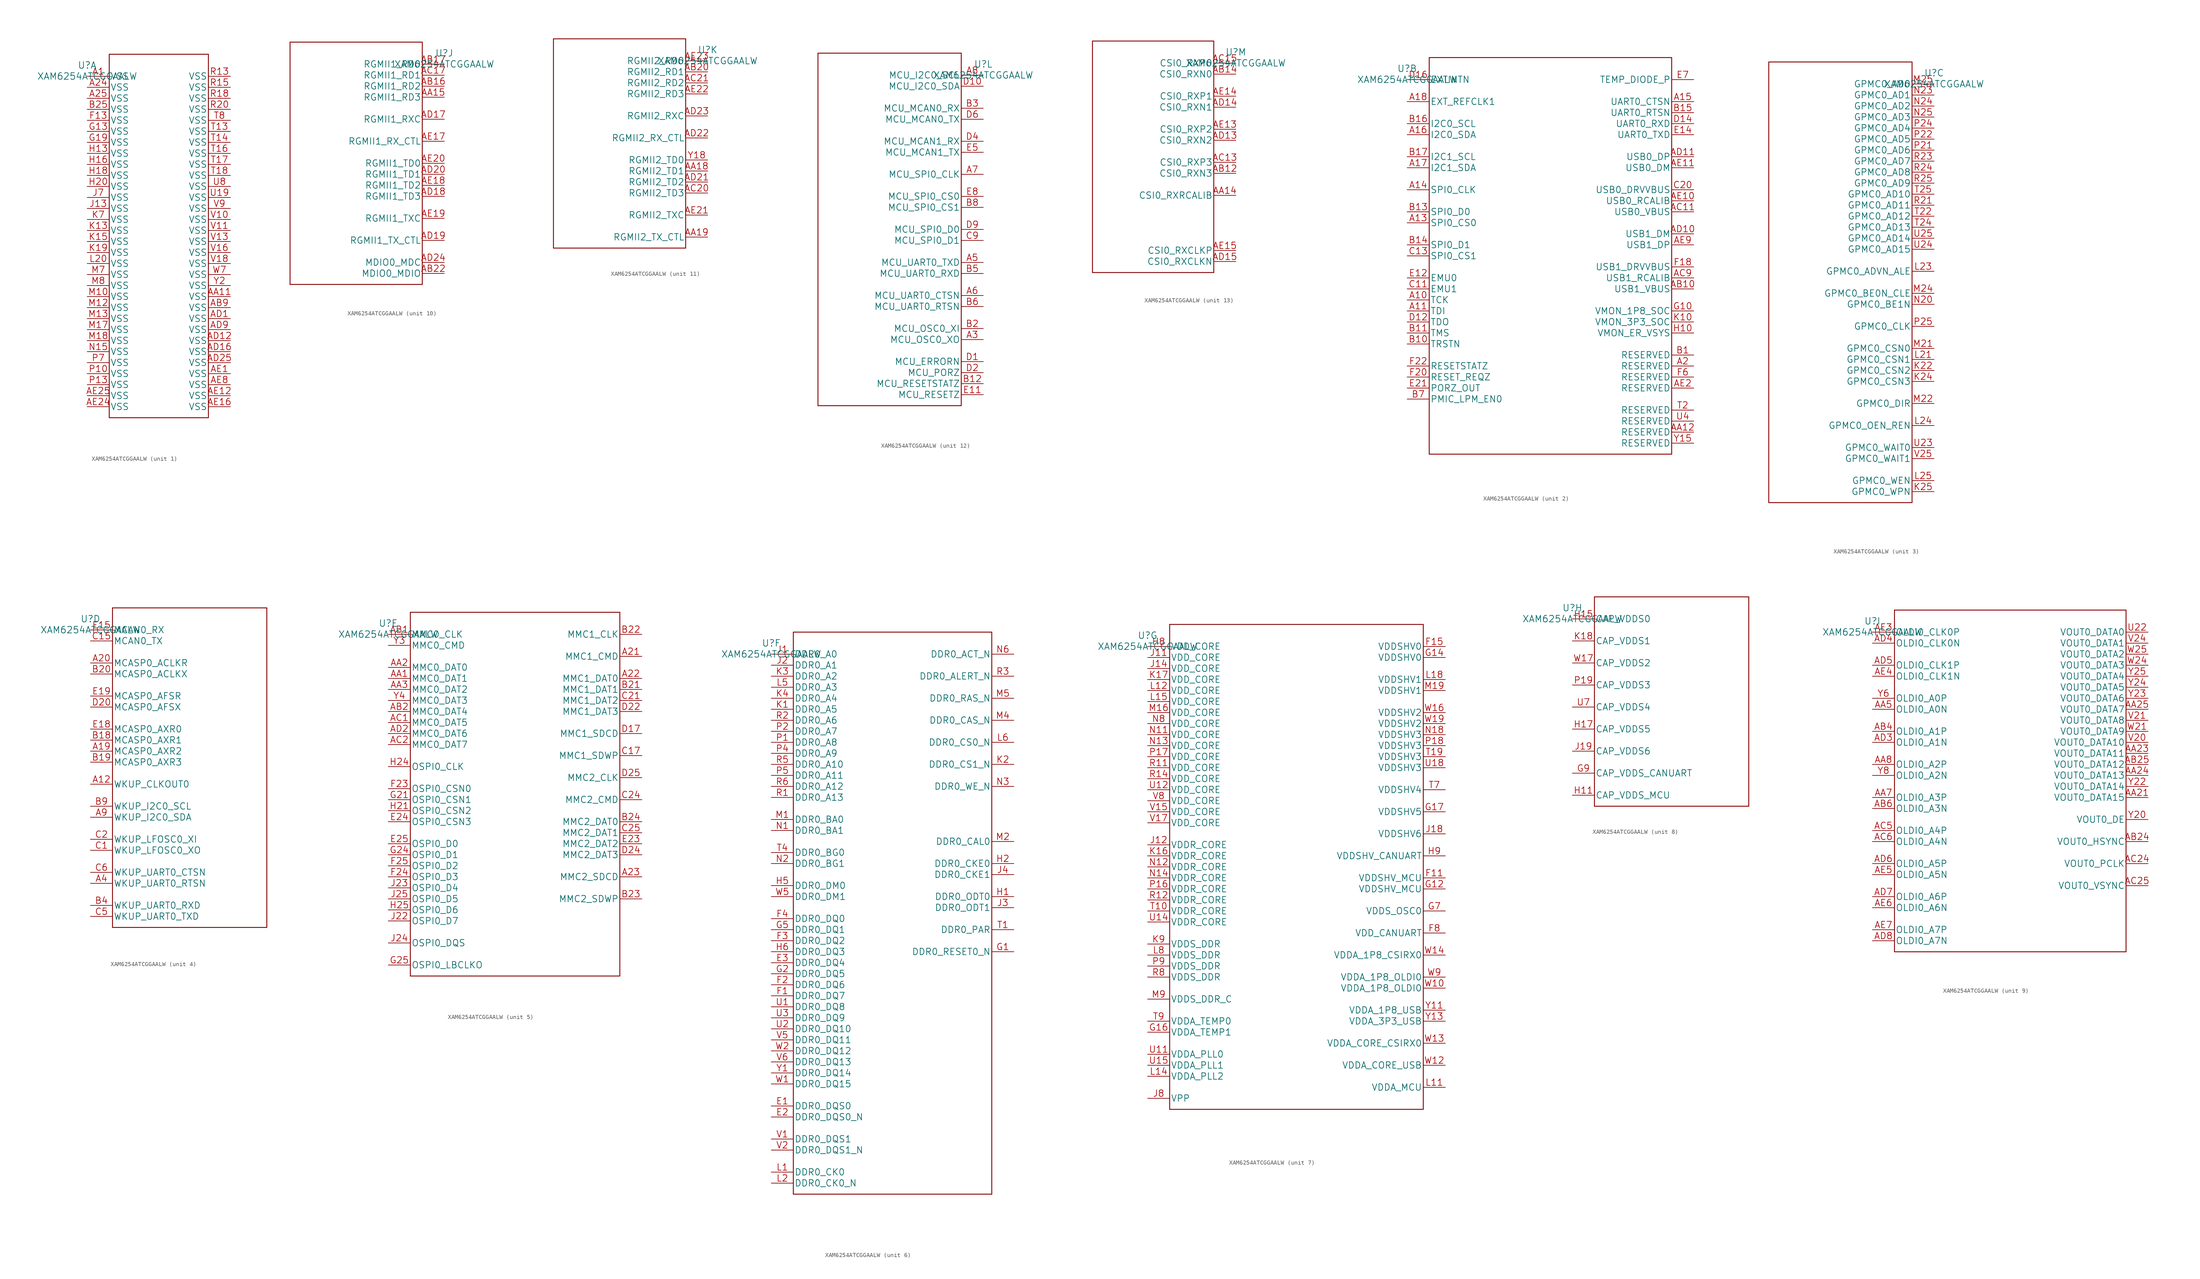
<source format=kicad_sym>
(kicad_symbol_lib
  (version 20220914)
  (generator kicad_symbol_editor)
  (symbol "XAM6254ATCGGAALW"
    (pin_names
      (offset 0.254))
    (property "Reference" "U"
      (at 0 2.54 0)
      (effects (font (size 1.524 1.524))))
    (property "Value" "XAM6254ATCGGAALW"
      (at 0 0 0)
      (effects (font (size 1.524 1.524))))
    (property "Datasheet" ""
      (at 0 0 0)
      (effects (font (size 1.524 1.524))))
    (symbol "XAM6254ATCGGAALW_1_1"
      (polyline (pts (xy 5.08 -78.74) (xy 27.94 -78.74)) (stroke (width 0.203) (type default)) (fill (type none)))
      (polyline (pts (xy 5.08 5.08) (xy 5.08 -78.74)) (stroke (width 0.203) (type default)) (fill (type none)))
      (polyline (pts (xy 27.94 -78.74) (xy 27.94 5.08)) (stroke (width 0.203) (type default)) (fill (type none)))
      (polyline (pts (xy 27.94 5.08) (xy 5.08 5.08)) (stroke (width 0.203) (type default)) (fill (type none)))
      (pin power_in line (at 0 0 0) (length 5.08) (name "VSS" (effects (font (size 1.499 1.499)))) (number "A1" (effects (font (size 1.499 1.499)))))
      (pin power_in line (at 0 -2.54 0) (length 5.08) (name "VSS" (effects (font (size 1.499 1.499)))) (number "A24" (effects (font (size 1.499 1.499)))))
      (pin power_in line (at 0 -5.08 0) (length 5.08) (name "VSS" (effects (font (size 1.499 1.499)))) (number "A25" (effects (font (size 1.499 1.499)))))
      (pin power_in line (at 33.02 -50.8 180) (length 5.08) (name "VSS" (effects (font (size 1.499 1.499)))) (number "AA11" (effects (font (size 1.499 1.499)))))
      (pin power_in line (at 33.02 -53.34 180) (length 5.08) (name "VSS" (effects (font (size 1.499 1.499)))) (number "AB9" (effects (font (size 1.499 1.499)))))
      (pin power_in line (at 33.02 -55.88 180) (length 5.08) (name "VSS" (effects (font (size 1.499 1.499)))) (number "AD1" (effects (font (size 1.499 1.499)))))
      (pin power_in line (at 33.02 -60.96 180) (length 5.08) (name "VSS" (effects (font (size 1.499 1.499)))) (number "AD12" (effects (font (size 1.499 1.499)))))
      (pin power_in line (at 33.02 -63.5 180) (length 5.08) (name "VSS" (effects (font (size 1.499 1.499)))) (number "AD16" (effects (font (size 1.499 1.499)))))
      (pin power_in line (at 33.02 -66.04 180) (length 5.08) (name "VSS" (effects (font (size 1.499 1.499)))) (number "AD25" (effects (font (size 1.499 1.499)))))
      (pin power_in line (at 33.02 -58.42 180) (length 5.08) (name "VSS" (effects (font (size 1.499 1.499)))) (number "AD9" (effects (font (size 1.499 1.499)))))
      (pin power_in line (at 33.02 -68.58 180) (length 5.08) (name "VSS" (effects (font (size 1.499 1.499)))) (number "AE1" (effects (font (size 1.499 1.499)))))
      (pin power_in line (at 33.02 -73.66 180) (length 5.08) (name "VSS" (effects (font (size 1.499 1.499)))) (number "AE12" (effects (font (size 1.499 1.499)))))
      (pin power_in line (at 33.02 -76.2 180) (length 5.08) (name "VSS" (effects (font (size 1.499 1.499)))) (number "AE16" (effects (font (size 1.499 1.499)))))
      (pin power_in line (at 0 -76.2 0) (length 5.08) (name "VSS" (effects (font (size 1.499 1.499)))) (number "AE24" (effects (font (size 1.499 1.499)))))
      (pin power_in line (at 0 -73.66 0) (length 5.08) (name "VSS" (effects (font (size 1.499 1.499)))) (number "AE25" (effects (font (size 1.499 1.499)))))
      (pin power_in line (at 33.02 -71.12 180) (length 5.08) (name "VSS" (effects (font (size 1.499 1.499)))) (number "AE8" (effects (font (size 1.499 1.499)))))
      (pin power_in line (at 0 -7.62 0) (length 5.08) (name "VSS" (effects (font (size 1.499 1.499)))) (number "B25" (effects (font (size 1.499 1.499)))))
      (pin power_in line (at 0 -10.16 0) (length 5.08) (name "VSS" (effects (font (size 1.499 1.499)))) (number "F13" (effects (font (size 1.499 1.499)))))
      (pin power_in line (at 0 -12.7 0) (length 5.08) (name "VSS" (effects (font (size 1.499 1.499)))) (number "G13" (effects (font (size 1.499 1.499)))))
      (pin power_in line (at 0 -15.24 0) (length 5.08) (name "VSS" (effects (font (size 1.499 1.499)))) (number "G19" (effects (font (size 1.499 1.499)))))
      (pin power_in line (at 0 -17.78 0) (length 5.08) (name "VSS" (effects (font (size 1.499 1.499)))) (number "H13" (effects (font (size 1.499 1.499)))))
      (pin power_in line (at 0 -20.32 0) (length 5.08) (name "VSS" (effects (font (size 1.499 1.499)))) (number "H16" (effects (font (size 1.499 1.499)))))
      (pin power_in line (at 0 -22.86 0) (length 5.08) (name "VSS" (effects (font (size 1.499 1.499)))) (number "H18" (effects (font (size 1.499 1.499)))))
      (pin power_in line (at 0 -25.4 0) (length 5.08) (name "VSS" (effects (font (size 1.499 1.499)))) (number "H20" (effects (font (size 1.499 1.499)))))
      (pin power_in line (at 0 -30.48 0) (length 5.08) (name "VSS" (effects (font (size 1.499 1.499)))) (number "J13" (effects (font (size 1.499 1.499)))))
      (pin power_in line (at 0 -27.94 0) (length 5.08) (name "VSS" (effects (font (size 1.499 1.499)))) (number "J7" (effects (font (size 1.499 1.499)))))
      (pin power_in line (at 0 -35.56 0) (length 5.08) (name "VSS" (effects (font (size 1.499 1.499)))) (number "K13" (effects (font (size 1.499 1.499)))))
      (pin power_in line (at 0 -38.1 0) (length 5.08) (name "VSS" (effects (font (size 1.499 1.499)))) (number "K15" (effects (font (size 1.499 1.499)))))
      (pin power_in line (at 0 -40.64 0) (length 5.08) (name "VSS" (effects (font (size 1.499 1.499)))) (number "K19" (effects (font (size 1.499 1.499)))))
      (pin power_in line (at 0 -33.02 0) (length 5.08) (name "VSS" (effects (font (size 1.499 1.499)))) (number "K7" (effects (font (size 1.499 1.499)))))
      (pin power_in line (at 0 -43.18 0) (length 5.08) (name "VSS" (effects (font (size 1.499 1.499)))) (number "L20" (effects (font (size 1.499 1.499)))))
      (pin power_in line (at 0 -50.8 0) (length 5.08) (name "VSS" (effects (font (size 1.499 1.499)))) (number "M10" (effects (font (size 1.499 1.499)))))
      (pin power_in line (at 0 -53.34 0) (length 5.08) (name "VSS" (effects (font (size 1.499 1.499)))) (number "M12" (effects (font (size 1.499 1.499)))))
      (pin power_in line (at 0 -55.88 0) (length 5.08) (name "VSS" (effects (font (size 1.499 1.499)))) (number "M13" (effects (font (size 1.499 1.499)))))
      (pin power_in line (at 0 -58.42 0) (length 5.08) (name "VSS" (effects (font (size 1.499 1.499)))) (number "M17" (effects (font (size 1.499 1.499)))))
      (pin power_in line (at 0 -60.96 0) (length 5.08) (name "VSS" (effects (font (size 1.499 1.499)))) (number "M18" (effects (font (size 1.499 1.499)))))
      (pin power_in line (at 0 -45.72 0) (length 5.08) (name "VSS" (effects (font (size 1.499 1.499)))) (number "M7" (effects (font (size 1.499 1.499)))))
      (pin power_in line (at 0 -48.26 0) (length 5.08) (name "VSS" (effects (font (size 1.499 1.499)))) (number "M8" (effects (font (size 1.499 1.499)))))
      (pin power_in line (at 0 -63.5 0) (length 5.08) (name "VSS" (effects (font (size 1.499 1.499)))) (number "N15" (effects (font (size 1.499 1.499)))))
      (pin power_in line (at 0 -68.58 0) (length 5.08) (name "VSS" (effects (font (size 1.499 1.499)))) (number "P10" (effects (font (size 1.499 1.499)))))
      (pin power_in line (at 0 -71.12 0) (length 5.08) (name "VSS" (effects (font (size 1.499 1.499)))) (number "P13" (effects (font (size 1.499 1.499)))))
      (pin power_in line (at 0 -66.04 0) (length 5.08) (name "VSS" (effects (font (size 1.499 1.499)))) (number "P7" (effects (font (size 1.499 1.499)))))
      (pin power_in line (at 33.02 0 180) (length 5.08) (name "VSS" (effects (font (size 1.499 1.499)))) (number "R13" (effects (font (size 1.499 1.499)))))
      (pin power_in line (at 33.02 -2.54 180) (length 5.08) (name "VSS" (effects (font (size 1.499 1.499)))) (number "R15" (effects (font (size 1.499 1.499)))))
      (pin power_in line (at 33.02 -5.08 180) (length 5.08) (name "VSS" (effects (font (size 1.499 1.499)))) (number "R18" (effects (font (size 1.499 1.499)))))
      (pin power_in line (at 33.02 -7.62 180) (length 5.08) (name "VSS" (effects (font (size 1.499 1.499)))) (number "R20" (effects (font (size 1.499 1.499)))))
      (pin power_in line (at 33.02 -12.7 180) (length 5.08) (name "VSS" (effects (font (size 1.499 1.499)))) (number "T13" (effects (font (size 1.499 1.499)))))
      (pin power_in line (at 33.02 -15.24 180) (length 5.08) (name "VSS" (effects (font (size 1.499 1.499)))) (number "T14" (effects (font (size 1.499 1.499)))))
      (pin power_in line (at 33.02 -17.78 180) (length 5.08) (name "VSS" (effects (font (size 1.499 1.499)))) (number "T16" (effects (font (size 1.499 1.499)))))
      (pin power_in line (at 33.02 -20.32 180) (length 5.08) (name "VSS" (effects (font (size 1.499 1.499)))) (number "T17" (effects (font (size 1.499 1.499)))))
      (pin power_in line (at 33.02 -22.86 180) (length 5.08) (name "VSS" (effects (font (size 1.499 1.499)))) (number "T18" (effects (font (size 1.499 1.499)))))
      (pin power_in line (at 33.02 -10.16 180) (length 5.08) (name "VSS" (effects (font (size 1.499 1.499)))) (number "T8" (effects (font (size 1.499 1.499)))))
      (pin power_in line (at 33.02 -27.94 180) (length 5.08) (name "VSS" (effects (font (size 1.499 1.499)))) (number "U19" (effects (font (size 1.499 1.499)))))
      (pin power_in line (at 33.02 -25.4 180) (length 5.08) (name "VSS" (effects (font (size 1.499 1.499)))) (number "U8" (effects (font (size 1.499 1.499)))))
      (pin power_in line (at 33.02 -33.02 180) (length 5.08) (name "VSS" (effects (font (size 1.499 1.499)))) (number "V10" (effects (font (size 1.499 1.499)))))
      (pin power_in line (at 33.02 -35.56 180) (length 5.08) (name "VSS" (effects (font (size 1.499 1.499)))) (number "V11" (effects (font (size 1.499 1.499)))))
      (pin power_in line (at 33.02 -38.1 180) (length 5.08) (name "VSS" (effects (font (size 1.499 1.499)))) (number "V13" (effects (font (size 1.499 1.499)))))
      (pin power_in line (at 33.02 -40.64 180) (length 5.08) (name "VSS" (effects (font (size 1.499 1.499)))) (number "V16" (effects (font (size 1.499 1.499)))))
      (pin power_in line (at 33.02 -43.18 180) (length 5.08) (name "VSS" (effects (font (size 1.499 1.499)))) (number "V18" (effects (font (size 1.499 1.499)))))
      (pin power_in line (at 33.02 -30.48 180) (length 5.08) (name "VSS" (effects (font (size 1.499 1.499)))) (number "V9" (effects (font (size 1.499 1.499)))))
      (pin power_in line (at 33.02 -45.72 180) (length 5.08) (name "VSS" (effects (font (size 1.499 1.499)))) (number "W7" (effects (font (size 1.499 1.499)))))
      (pin power_in line (at 33.02 -48.26 180) (length 5.08) (name "VSS" (effects (font (size 1.499 1.499)))) (number "Y2" (effects (font (size 1.499 1.499))))))
    (symbol "XAM6254ATCGGAALW_2_1"
      (polyline (pts (xy 5.08 -86.36) (xy 60.96 -86.36)) (stroke (width 0.203) (type default)) (fill (type none)))
      (polyline (pts (xy 5.08 5.08) (xy 5.08 -86.36)) (stroke (width 0.203) (type default)) (fill (type none)))
      (polyline (pts (xy 60.96 -86.36) (xy 60.96 5.08)) (stroke (width 0.203) (type default)) (fill (type none)))
      (polyline (pts (xy 60.96 5.08) (xy 5.08 5.08)) (stroke (width 0.203) (type default)) (fill (type none)))
      (pin input line (at 0 -50.8 0) (length 5.08) (name "TCK" (effects (font (size 1.499 1.499)))) (number "A10" (effects (font (size 1.499 1.499)))))
      (pin input line (at 0 -53.34 0) (length 5.08) (name "TDI" (effects (font (size 1.499 1.499)))) (number "A11" (effects (font (size 1.499 1.499)))))
      (pin bidirectional line (at 0 -33.02 0) (length 5.08) (name "SPI0_CS0" (effects (font (size 1.499 1.499)))) (number "A13" (effects (font (size 1.499 1.499)))))
      (pin bidirectional line (at 0 -25.4 0) (length 5.08) (name "SPI0_CLK" (effects (font (size 1.499 1.499)))) (number "A14" (effects (font (size 1.499 1.499)))))
      (pin input line (at 66.04 -5.08 180) (length 5.08) (name "UART0_CTSN" (effects (font (size 1.499 1.499)))) (number "A15" (effects (font (size 1.499 1.499)))))
      (pin bidirectional line (at 0 -12.7 0) (length 5.08) (name "I2C0_SDA" (effects (font (size 1.499 1.499)))) (number "A16" (effects (font (size 1.499 1.499)))))
      (pin bidirectional line (at 0 -20.32 0) (length 5.08) (name "I2C1_SDA" (effects (font (size 1.499 1.499)))) (number "A17" (effects (font (size 1.499 1.499)))))
      (pin input line (at 0 -5.08 0) (length 5.08) (name "EXT_REFCLK1" (effects (font (size 1.499 1.499)))) (number "A18" (effects (font (size 1.499 1.499)))))
      (pin unspecified line (at 66.04 -66.04 180) (length 5.08) (name "RESERVED" (effects (font (size 1.499 1.499)))) (number "A2" (effects (font (size 1.499 1.499)))))
      (pin unspecified line (at 66.04 -81.28 180) (length 5.08) (name "RESERVED" (effects (font (size 1.499 1.499)))) (number "AA12" (effects (font (size 1.499 1.499)))))
      (pin unspecified line (at 66.04 -48.26 180) (length 5.08) (name "USB1_VBUS" (effects (font (size 1.499 1.499)))) (number "AB10" (effects (font (size 1.499 1.499)))))
      (pin unspecified line (at 66.04 -30.48 180) (length 5.08) (name "USB0_VBUS" (effects (font (size 1.499 1.499)))) (number "AC11" (effects (font (size 1.499 1.499)))))
      (pin bidirectional line (at 66.04 -45.72 180) (length 5.08) (name "USB1_RCALIB" (effects (font (size 1.499 1.499)))) (number "AC9" (effects (font (size 1.499 1.499)))))
      (pin bidirectional line (at 66.04 -35.56 180) (length 5.08) (name "USB1_DM" (effects (font (size 1.499 1.499)))) (number "AD10" (effects (font (size 1.499 1.499)))))
      (pin bidirectional line (at 66.04 -17.78 180) (length 5.08) (name "USB0_DP" (effects (font (size 1.499 1.499)))) (number "AD11" (effects (font (size 1.499 1.499)))))
      (pin bidirectional line (at 66.04 -27.94 180) (length 5.08) (name "USB0_RCALIB" (effects (font (size 1.499 1.499)))) (number "AE10" (effects (font (size 1.499 1.499)))))
      (pin bidirectional line (at 66.04 -20.32 180) (length 5.08) (name "USB0_DM" (effects (font (size 1.499 1.499)))) (number "AE11" (effects (font (size 1.499 1.499)))))
      (pin unspecified line (at 66.04 -71.12 180) (length 5.08) (name "RESERVED" (effects (font (size 1.499 1.499)))) (number "AE2" (effects (font (size 1.499 1.499)))))
      (pin bidirectional line (at 66.04 -38.1 180) (length 5.08) (name "USB1_DP" (effects (font (size 1.499 1.499)))) (number "AE9" (effects (font (size 1.499 1.499)))))
      (pin unspecified line (at 66.04 -63.5 180) (length 5.08) (name "RESERVED" (effects (font (size 1.499 1.499)))) (number "B1" (effects (font (size 1.499 1.499)))))
      (pin input line (at 0 -60.96 0) (length 5.08) (name "TRSTN" (effects (font (size 1.499 1.499)))) (number "B10" (effects (font (size 1.499 1.499)))))
      (pin input line (at 0 -58.42 0) (length 5.08) (name "TMS" (effects (font (size 1.499 1.499)))) (number "B11" (effects (font (size 1.499 1.499)))))
      (pin bidirectional line (at 0 -30.48 0) (length 5.08) (name "SPI0_D0" (effects (font (size 1.499 1.499)))) (number "B13" (effects (font (size 1.499 1.499)))))
      (pin bidirectional line (at 0 -38.1 0) (length 5.08) (name "SPI0_D1" (effects (font (size 1.499 1.499)))) (number "B14" (effects (font (size 1.499 1.499)))))
      (pin output line (at 66.04 -7.62 180) (length 5.08) (name "UART0_RTSN" (effects (font (size 1.499 1.499)))) (number "B15" (effects (font (size 1.499 1.499)))))
      (pin bidirectional line (at 0 -10.16 0) (length 5.08) (name "I2C0_SCL" (effects (font (size 1.499 1.499)))) (number "B16" (effects (font (size 1.499 1.499)))))
      (pin bidirectional line (at 0 -17.78 0) (length 5.08) (name "I2C1_SCL" (effects (font (size 1.499 1.499)))) (number "B17" (effects (font (size 1.499 1.499)))))
      (pin bidirectional line (at 0 -73.66 0) (length 5.08) (name "PMIC_LPM_EN0" (effects (font (size 1.499 1.499)))) (number "B7" (effects (font (size 1.499 1.499)))))
      (pin bidirectional line (at 0 -48.26 0) (length 5.08) (name "EMU1" (effects (font (size 1.499 1.499)))) (number "C11" (effects (font (size 1.499 1.499)))))
      (pin bidirectional line (at 0 -40.64 0) (length 5.08) (name "SPI0_CS1" (effects (font (size 1.499 1.499)))) (number "C13" (effects (font (size 1.499 1.499)))))
      (pin output line (at 66.04 -25.4 180) (length 5.08) (name "USB0_DRVVBUS" (effects (font (size 1.499 1.499)))) (number "C20" (effects (font (size 1.499 1.499)))))
      (pin output line (at 0 -55.88 0) (length 5.08) (name "TDO" (effects (font (size 1.499 1.499)))) (number "D12" (effects (font (size 1.499 1.499)))))
      (pin input line (at 66.04 -10.16 180) (length 5.08) (name "UART0_RXD" (effects (font (size 1.499 1.499)))) (number "D14" (effects (font (size 1.499 1.499)))))
      (pin input line (at 0 0 0) (length 5.08) (name "EXTINTN" (effects (font (size 1.499 1.499)))) (number "D16" (effects (font (size 1.499 1.499)))))
      (pin bidirectional line (at 0 -45.72 0) (length 5.08) (name "EMU0" (effects (font (size 1.499 1.499)))) (number "E12" (effects (font (size 1.499 1.499)))))
      (pin output line (at 66.04 -12.7 180) (length 5.08) (name "UART0_TXD" (effects (font (size 1.499 1.499)))) (number "E14" (effects (font (size 1.499 1.499)))))
      (pin output line (at 0 -71.12 0) (length 5.08) (name "PORZ_OUT" (effects (font (size 1.499 1.499)))) (number "E21" (effects (font (size 1.499 1.499)))))
      (pin unspecified line (at 66.04 0 180) (length 5.08) (name "TEMP_DIODE_P" (effects (font (size 1.499 1.499)))) (number "E7" (effects (font (size 1.499 1.499)))))
      (pin output line (at 66.04 -43.18 180) (length 5.08) (name "USB1_DRVVBUS" (effects (font (size 1.499 1.499)))) (number "F18" (effects (font (size 1.499 1.499)))))
      (pin input line (at 0 -68.58 0) (length 5.08) (name "RESET_REQZ" (effects (font (size 1.499 1.499)))) (number "F20" (effects (font (size 1.499 1.499)))))
      (pin output line (at 0 -66.04 0) (length 5.08) (name "RESETSTATZ" (effects (font (size 1.499 1.499)))) (number "F22" (effects (font (size 1.499 1.499)))))
      (pin unspecified line (at 66.04 -68.58 180) (length 5.08) (name "RESERVED" (effects (font (size 1.499 1.499)))) (number "F6" (effects (font (size 1.499 1.499)))))
      (pin unspecified line (at 66.04 -53.34 180) (length 5.08) (name "VMON_1P8_SOC" (effects (font (size 1.499 1.499)))) (number "G10" (effects (font (size 1.499 1.499)))))
      (pin unspecified line (at 66.04 -58.42 180) (length 5.08) (name "VMON_ER_VSYS" (effects (font (size 1.499 1.499)))) (number "H10" (effects (font (size 1.499 1.499)))))
      (pin power_in line (at 66.04 -55.88 180) (length 5.08) (name "VMON_3P3_SOC" (effects (font (size 1.499 1.499)))) (number "K10" (effects (font (size 1.499 1.499)))))
      (pin unspecified line (at 66.04 -76.2 180) (length 5.08) (name "RESERVED" (effects (font (size 1.499 1.499)))) (number "T2" (effects (font (size 1.499 1.499)))))
      (pin unspecified line (at 66.04 -78.74 180) (length 5.08) (name "RESERVED" (effects (font (size 1.499 1.499)))) (number "U4" (effects (font (size 1.499 1.499)))))
      (pin unspecified line (at 66.04 -83.82 180) (length 5.08) (name "RESERVED" (effects (font (size 1.499 1.499)))) (number "Y15" (effects (font (size 1.499 1.499))))))
    (symbol "XAM6254ATCGGAALW_3_1"
      (polyline (pts (xy -38.1 -96.52) (xy -5.08 -96.52)) (stroke (width 0.203) (type default)) (fill (type none)))
      (polyline (pts (xy -38.1 5.08) (xy -38.1 -96.52)) (stroke (width 0.203) (type default)) (fill (type none)))
      (polyline (pts (xy -5.08 -96.52) (xy -5.08 5.08)) (stroke (width 0.203) (type default)) (fill (type none)))
      (polyline (pts (xy -5.08 5.08) (xy -38.1 5.08)) (stroke (width 0.203) (type default)) (fill (type none)))
      (pin output line (at 0 -66.04 180) (length 5.08) (name "GPMC0_CSN2" (effects (font (size 1.499 1.499)))) (number "K22" (effects (font (size 1.499 1.499)))))
      (pin output line (at 0 -68.58 180) (length 5.08) (name "GPMC0_CSN3" (effects (font (size 1.499 1.499)))) (number "K24" (effects (font (size 1.499 1.499)))))
      (pin output line (at 0 -93.98 180) (length 5.08) (name "GPMC0_WPN" (effects (font (size 1.499 1.499)))) (number "K25" (effects (font (size 1.499 1.499)))))
      (pin output line (at 0 -63.5 180) (length 5.08) (name "GPMC0_CSN1" (effects (font (size 1.499 1.499)))) (number "L21" (effects (font (size 1.499 1.499)))))
      (pin output line (at 0 -43.18 180) (length 5.08) (name "GPMC0_ADVN_ALE" (effects (font (size 1.499 1.499)))) (number "L23" (effects (font (size 1.499 1.499)))))
      (pin output line (at 0 -78.74 180) (length 5.08) (name "GPMC0_OEN_REN" (effects (font (size 1.499 1.499)))) (number "L24" (effects (font (size 1.499 1.499)))))
      (pin output line (at 0 -91.44 180) (length 5.08) (name "GPMC0_WEN" (effects (font (size 1.499 1.499)))) (number "L25" (effects (font (size 1.499 1.499)))))
      (pin output line (at 0 -60.96 180) (length 5.08) (name "GPMC0_CSN0" (effects (font (size 1.499 1.499)))) (number "M21" (effects (font (size 1.499 1.499)))))
      (pin output line (at 0 -73.66 180) (length 5.08) (name "GPMC0_DIR" (effects (font (size 1.499 1.499)))) (number "M22" (effects (font (size 1.499 1.499)))))
      (pin output line (at 0 -48.26 180) (length 5.08) (name "GPMC0_BE0N_CLE" (effects (font (size 1.499 1.499)))) (number "M24" (effects (font (size 1.499 1.499)))))
      (pin bidirectional line (at 0 0 180) (length 5.08) (name "GPMC0_AD0" (effects (font (size 1.499 1.499)))) (number "M25" (effects (font (size 1.499 1.499)))))
      (pin output line (at 0 -50.8 180) (length 5.08) (name "GPMC0_BE1N" (effects (font (size 1.499 1.499)))) (number "N20" (effects (font (size 1.499 1.499)))))
      (pin bidirectional line (at 0 -2.54 180) (length 5.08) (name "GPMC0_AD1" (effects (font (size 1.499 1.499)))) (number "N23" (effects (font (size 1.499 1.499)))))
      (pin bidirectional line (at 0 -5.08 180) (length 5.08) (name "GPMC0_AD2" (effects (font (size 1.499 1.499)))) (number "N24" (effects (font (size 1.499 1.499)))))
      (pin bidirectional line (at 0 -7.62 180) (length 5.08) (name "GPMC0_AD3" (effects (font (size 1.499 1.499)))) (number "N25" (effects (font (size 1.499 1.499)))))
      (pin bidirectional line (at 0 -15.24 180) (length 5.08) (name "GPMC0_AD6" (effects (font (size 1.499 1.499)))) (number "P21" (effects (font (size 1.499 1.499)))))
      (pin bidirectional line (at 0 -12.7 180) (length 5.08) (name "GPMC0_AD5" (effects (font (size 1.499 1.499)))) (number "P22" (effects (font (size 1.499 1.499)))))
      (pin bidirectional line (at 0 -10.16 180) (length 5.08) (name "GPMC0_AD4" (effects (font (size 1.499 1.499)))) (number "P24" (effects (font (size 1.499 1.499)))))
      (pin output line (at 0 -55.88 180) (length 5.08) (name "GPMC0_CLK" (effects (font (size 1.499 1.499)))) (number "P25" (effects (font (size 1.499 1.499)))))
      (pin bidirectional line (at 0 -27.94 180) (length 5.08) (name "GPMC0_AD11" (effects (font (size 1.499 1.499)))) (number "R21" (effects (font (size 1.499 1.499)))))
      (pin bidirectional line (at 0 -17.78 180) (length 5.08) (name "GPMC0_AD7" (effects (font (size 1.499 1.499)))) (number "R23" (effects (font (size 1.499 1.499)))))
      (pin bidirectional line (at 0 -20.32 180) (length 5.08) (name "GPMC0_AD8" (effects (font (size 1.499 1.499)))) (number "R24" (effects (font (size 1.499 1.499)))))
      (pin bidirectional line (at 0 -22.86 180) (length 5.08) (name "GPMC0_AD9" (effects (font (size 1.499 1.499)))) (number "R25" (effects (font (size 1.499 1.499)))))
      (pin bidirectional line (at 0 -30.48 180) (length 5.08) (name "GPMC0_AD12" (effects (font (size 1.499 1.499)))) (number "T22" (effects (font (size 1.499 1.499)))))
      (pin bidirectional line (at 0 -33.02 180) (length 5.08) (name "GPMC0_AD13" (effects (font (size 1.499 1.499)))) (number "T24" (effects (font (size 1.499 1.499)))))
      (pin bidirectional line (at 0 -25.4 180) (length 5.08) (name "GPMC0_AD10" (effects (font (size 1.499 1.499)))) (number "T25" (effects (font (size 1.499 1.499)))))
      (pin input line (at 0 -83.82 180) (length 5.08) (name "GPMC0_WAIT0" (effects (font (size 1.499 1.499)))) (number "U23" (effects (font (size 1.499 1.499)))))
      (pin bidirectional line (at 0 -38.1 180) (length 5.08) (name "GPMC0_AD15" (effects (font (size 1.499 1.499)))) (number "U24" (effects (font (size 1.499 1.499)))))
      (pin bidirectional line (at 0 -35.56 180) (length 5.08) (name "GPMC0_AD14" (effects (font (size 1.499 1.499)))) (number "U25" (effects (font (size 1.499 1.499)))))
      (pin input line (at 0 -86.36 180) (length 5.08) (name "GPMC0_WAIT1" (effects (font (size 1.499 1.499)))) (number "V25" (effects (font (size 1.499 1.499))))))
    (symbol "XAM6254ATCGGAALW_4_1"
      (polyline (pts (xy 5.08 -68.58) (xy 40.64 -68.58)) (stroke (width 0.203) (type default)) (fill (type none)))
      (polyline (pts (xy 5.08 5.08) (xy 5.08 -68.58)) (stroke (width 0.203) (type default)) (fill (type none)))
      (polyline (pts (xy 40.64 -68.58) (xy 40.64 5.08)) (stroke (width 0.203) (type default)) (fill (type none)))
      (polyline (pts (xy 40.64 5.08) (xy 5.08 5.08)) (stroke (width 0.203) (type default)) (fill (type none)))
      (pin output line (at 0 -35.56 0) (length 5.08) (name "WKUP_CLKOUT0" (effects (font (size 1.499 1.499)))) (number "A12" (effects (font (size 1.499 1.499)))))
      (pin bidirectional line (at 0 -27.94 0) (length 5.08) (name "MCASP0_AXR2" (effects (font (size 1.499 1.499)))) (number "A19" (effects (font (size 1.499 1.499)))))
      (pin bidirectional line (at 0 -7.62 0) (length 5.08) (name "MCASP0_ACLKR" (effects (font (size 1.499 1.499)))) (number "A20" (effects (font (size 1.499 1.499)))))
      (pin output line (at 0 -58.42 0) (length 5.08) (name "WKUP_UART0_RTSN" (effects (font (size 1.499 1.499)))) (number "A4" (effects (font (size 1.499 1.499)))))
      (pin bidirectional line (at 0 -43.18 0) (length 5.08) (name "WKUP_I2C0_SDA" (effects (font (size 1.499 1.499)))) (number "A9" (effects (font (size 1.499 1.499)))))
      (pin bidirectional line (at 0 -25.4 0) (length 5.08) (name "MCASP0_AXR1" (effects (font (size 1.499 1.499)))) (number "B18" (effects (font (size 1.499 1.499)))))
      (pin bidirectional line (at 0 -30.48 0) (length 5.08) (name "MCASP0_AXR3" (effects (font (size 1.499 1.499)))) (number "B19" (effects (font (size 1.499 1.499)))))
      (pin bidirectional line (at 0 -10.16 0) (length 5.08) (name "MCASP0_ACLKX" (effects (font (size 1.499 1.499)))) (number "B20" (effects (font (size 1.499 1.499)))))
      (pin input line (at 0 -63.5 0) (length 5.08) (name "WKUP_UART0_RXD" (effects (font (size 1.499 1.499)))) (number "B4" (effects (font (size 1.499 1.499)))))
      (pin bidirectional line (at 0 -40.64 0) (length 5.08) (name "WKUP_I2C0_SCL" (effects (font (size 1.499 1.499)))) (number "B9" (effects (font (size 1.499 1.499)))))
      (pin output line (at 0 -50.8 0) (length 5.08) (name "WKUP_LFOSC0_XO" (effects (font (size 1.499 1.499)))) (number "C1" (effects (font (size 1.499 1.499)))))
      (pin output line (at 0 -2.54 0) (length 5.08) (name "MCAN0_TX" (effects (font (size 1.499 1.499)))) (number "C15" (effects (font (size 1.499 1.499)))))
      (pin input line (at 0 -48.26 0) (length 5.08) (name "WKUP_LFOSC0_XI" (effects (font (size 1.499 1.499)))) (number "C2" (effects (font (size 1.499 1.499)))))
      (pin output line (at 0 -66.04 0) (length 5.08) (name "WKUP_UART0_TXD" (effects (font (size 1.499 1.499)))) (number "C5" (effects (font (size 1.499 1.499)))))
      (pin input line (at 0 -55.88 0) (length 5.08) (name "WKUP_UART0_CTSN" (effects (font (size 1.499 1.499)))) (number "C6" (effects (font (size 1.499 1.499)))))
      (pin bidirectional line (at 0 -17.78 0) (length 5.08) (name "MCASP0_AFSX" (effects (font (size 1.499 1.499)))) (number "D20" (effects (font (size 1.499 1.499)))))
      (pin input line (at 0 0 0) (length 5.08) (name "MCAN0_RX" (effects (font (size 1.499 1.499)))) (number "E15" (effects (font (size 1.499 1.499)))))
      (pin bidirectional line (at 0 -22.86 0) (length 5.08) (name "MCASP0_AXR0" (effects (font (size 1.499 1.499)))) (number "E18" (effects (font (size 1.499 1.499)))))
      (pin bidirectional line (at 0 -15.24 0) (length 5.08) (name "MCASP0_AFSR" (effects (font (size 1.499 1.499)))) (number "E19" (effects (font (size 1.499 1.499))))))
    (symbol "XAM6254ATCGGAALW_5_1"
      (polyline (pts (xy 5.08 -78.74) (xy 53.34 -78.74)) (stroke (width 0.203) (type default)) (fill (type none)))
      (polyline (pts (xy 5.08 5.08) (xy 5.08 -78.74)) (stroke (width 0.203) (type default)) (fill (type none)))
      (polyline (pts (xy 53.34 -78.74) (xy 53.34 5.08)) (stroke (width 0.203) (type default)) (fill (type none)))
      (polyline (pts (xy 53.34 5.08) (xy 5.08 5.08)) (stroke (width 0.203) (type default)) (fill (type none)))
      (pin bidirectional line (at 58.42 -5.08 180) (length 5.08) (name "MMC1_CMD" (effects (font (size 1.499 1.499)))) (number "A21" (effects (font (size 1.499 1.499)))))
      (pin bidirectional line (at 58.42 -10.16 180) (length 5.08) (name "MMC1_DAT0" (effects (font (size 1.499 1.499)))) (number "A22" (effects (font (size 1.499 1.499)))))
      (pin input line (at 58.42 -55.88 180) (length 5.08) (name "MMC2_SDCD" (effects (font (size 1.499 1.499)))) (number "A23" (effects (font (size 1.499 1.499)))))
      (pin bidirectional line (at 0 -10.16 0) (length 5.08) (name "MMC0_DAT1" (effects (font (size 1.499 1.499)))) (number "AA1" (effects (font (size 1.499 1.499)))))
      (pin bidirectional line (at 0 -7.62 0) (length 5.08) (name "MMC0_DAT0" (effects (font (size 1.499 1.499)))) (number "AA2" (effects (font (size 1.499 1.499)))))
      (pin bidirectional line (at 0 -12.7 0) (length 5.08) (name "MMC0_DAT2" (effects (font (size 1.499 1.499)))) (number "AA3" (effects (font (size 1.499 1.499)))))
      (pin bidirectional line (at 0 0 0) (length 5.08) (name "MMC0_CLK" (effects (font (size 1.499 1.499)))) (number "AB1" (effects (font (size 1.499 1.499)))))
      (pin bidirectional line (at 0 -17.78 0) (length 5.08) (name "MMC0_DAT4" (effects (font (size 1.499 1.499)))) (number "AB2" (effects (font (size 1.499 1.499)))))
      (pin bidirectional line (at 0 -20.32 0) (length 5.08) (name "MMC0_DAT5" (effects (font (size 1.499 1.499)))) (number "AC1" (effects (font (size 1.499 1.499)))))
      (pin bidirectional line (at 0 -25.4 0) (length 5.08) (name "MMC0_DAT7" (effects (font (size 1.499 1.499)))) (number "AC2" (effects (font (size 1.499 1.499)))))
      (pin bidirectional line (at 0 -22.86 0) (length 5.08) (name "MMC0_DAT6" (effects (font (size 1.499 1.499)))) (number "AD2" (effects (font (size 1.499 1.499)))))
      (pin input line (at 58.42 -12.7 180) (length 5.08) (name "MMC1_DAT1" (effects (font (size 1.499 1.499)))) (number "B21" (effects (font (size 1.499 1.499)))))
      (pin bidirectional line (at 58.42 0 180) (length 5.08) (name "MMC1_CLK" (effects (font (size 1.499 1.499)))) (number "B22" (effects (font (size 1.499 1.499)))))
      (pin input line (at 58.42 -60.96 180) (length 5.08) (name "MMC2_SDWP" (effects (font (size 1.499 1.499)))) (number "B23" (effects (font (size 1.499 1.499)))))
      (pin bidirectional line (at 58.42 -43.18 180) (length 5.08) (name "MMC2_DAT0" (effects (font (size 1.499 1.499)))) (number "B24" (effects (font (size 1.499 1.499)))))
      (pin input line (at 58.42 -27.94 180) (length 5.08) (name "MMC1_SDWP" (effects (font (size 1.499 1.499)))) (number "C17" (effects (font (size 1.499 1.499)))))
      (pin bidirectional line (at 58.42 -15.24 180) (length 5.08) (name "MMC1_DAT2" (effects (font (size 1.499 1.499)))) (number "C21" (effects (font (size 1.499 1.499)))))
      (pin bidirectional line (at 58.42 -38.1 180) (length 5.08) (name "MMC2_CMD" (effects (font (size 1.499 1.499)))) (number "C24" (effects (font (size 1.499 1.499)))))
      (pin bidirectional line (at 58.42 -45.72 180) (length 5.08) (name "MMC2_DAT1" (effects (font (size 1.499 1.499)))) (number "C25" (effects (font (size 1.499 1.499)))))
      (pin input line (at 58.42 -22.86 180) (length 5.08) (name "MMC1_SDCD" (effects (font (size 1.499 1.499)))) (number "D17" (effects (font (size 1.499 1.499)))))
      (pin bidirectional line (at 58.42 -17.78 180) (length 5.08) (name "MMC1_DAT3" (effects (font (size 1.499 1.499)))) (number "D22" (effects (font (size 1.499 1.499)))))
      (pin bidirectional line (at 58.42 -50.8 180) (length 5.08) (name "MMC2_DAT3" (effects (font (size 1.499 1.499)))) (number "D24" (effects (font (size 1.499 1.499)))))
      (pin bidirectional line (at 58.42 -33.02 180) (length 5.08) (name "MMC2_CLK" (effects (font (size 1.499 1.499)))) (number "D25" (effects (font (size 1.499 1.499)))))
      (pin bidirectional line (at 58.42 -48.26 180) (length 5.08) (name "MMC2_DAT2" (effects (font (size 1.499 1.499)))) (number "E23" (effects (font (size 1.499 1.499)))))
      (pin output line (at 0 -43.18 0) (length 5.08) (name "OSPI0_CSN3" (effects (font (size 1.499 1.499)))) (number "E24" (effects (font (size 1.499 1.499)))))
      (pin bidirectional line (at 0 -48.26 0) (length 5.08) (name "OSPI0_D0" (effects (font (size 1.499 1.499)))) (number "E25" (effects (font (size 1.499 1.499)))))
      (pin output line (at 0 -35.56 0) (length 5.08) (name "OSPI0_CSN0" (effects (font (size 1.499 1.499)))) (number "F23" (effects (font (size 1.499 1.499)))))
      (pin bidirectional line (at 0 -55.88 0) (length 5.08) (name "OSPI0_D3" (effects (font (size 1.499 1.499)))) (number "F24" (effects (font (size 1.499 1.499)))))
      (pin bidirectional line (at 0 -53.34 0) (length 5.08) (name "OSPI0_D2" (effects (font (size 1.499 1.499)))) (number "F25" (effects (font (size 1.499 1.499)))))
      (pin output line (at 0 -38.1 0) (length 5.08) (name "OSPI0_CSN1" (effects (font (size 1.499 1.499)))) (number "G21" (effects (font (size 1.499 1.499)))))
      (pin bidirectional line (at 0 -50.8 0) (length 5.08) (name "OSPI0_D1" (effects (font (size 1.499 1.499)))) (number "G24" (effects (font (size 1.499 1.499)))))
      (pin bidirectional line (at 0 -76.2 0) (length 5.08) (name "OSPI0_LBCLKO" (effects (font (size 1.499 1.499)))) (number "G25" (effects (font (size 1.499 1.499)))))
      (pin output line (at 0 -40.64 0) (length 5.08) (name "OSPI0_CSN2" (effects (font (size 1.499 1.499)))) (number "H21" (effects (font (size 1.499 1.499)))))
      (pin output line (at 0 -30.48 0) (length 5.08) (name "OSPI0_CLK" (effects (font (size 1.499 1.499)))) (number "H24" (effects (font (size 1.499 1.499)))))
      (pin bidirectional line (at 0 -63.5 0) (length 5.08) (name "OSPI0_D6" (effects (font (size 1.499 1.499)))) (number "H25" (effects (font (size 1.499 1.499)))))
      (pin bidirectional line (at 0 -66.04 0) (length 5.08) (name "OSPI0_D7" (effects (font (size 1.499 1.499)))) (number "J22" (effects (font (size 1.499 1.499)))))
      (pin bidirectional line (at 0 -58.42 0) (length 5.08) (name "OSPI0_D4" (effects (font (size 1.499 1.499)))) (number "J23" (effects (font (size 1.499 1.499)))))
      (pin input line (at 0 -71.12 0) (length 5.08) (name "OSPI0_DQS" (effects (font (size 1.499 1.499)))) (number "J24" (effects (font (size 1.499 1.499)))))
      (pin bidirectional line (at 0 -60.96 0) (length 5.08) (name "OSPI0_D5" (effects (font (size 1.499 1.499)))) (number "J25" (effects (font (size 1.499 1.499)))))
      (pin bidirectional line (at 0 -2.54 0) (length 5.08) (name "MMC0_CMD" (effects (font (size 1.499 1.499)))) (number "Y3" (effects (font (size 1.499 1.499)))))
      (pin bidirectional line (at 0 -15.24 0) (length 5.08) (name "MMC0_DAT3" (effects (font (size 1.499 1.499)))) (number "Y4" (effects (font (size 1.499 1.499))))))
    (symbol "XAM6254ATCGGAALW_6_1"
      (polyline (pts (xy 5.08 -124.46) (xy 50.8 -124.46)) (stroke (width 0.203) (type default)) (fill (type none)))
      (polyline (pts (xy 5.08 5.08) (xy 5.08 -124.46)) (stroke (width 0.203) (type default)) (fill (type none)))
      (polyline (pts (xy 50.8 -124.46) (xy 50.8 5.08)) (stroke (width 0.203) (type default)) (fill (type none)))
      (polyline (pts (xy 50.8 5.08) (xy 5.08 5.08)) (stroke (width 0.203) (type default)) (fill (type none)))
      (pin bidirectional line (at 0 -104.14 0) (length 5.08) (name "DDR0_DQS0" (effects (font (size 1.499 1.499)))) (number "E1" (effects (font (size 1.499 1.499)))))
      (pin bidirectional line (at 0 -106.68 0) (length 5.08) (name "DDR0_DQS0_N" (effects (font (size 1.499 1.499)))) (number "E2" (effects (font (size 1.499 1.499)))))
      (pin bidirectional line (at 0 -71.12 0) (length 5.08) (name "DDR0_DQ4" (effects (font (size 1.499 1.499)))) (number "E3" (effects (font (size 1.499 1.499)))))
      (pin bidirectional line (at 0 -78.74 0) (length 5.08) (name "DDR0_DQ7" (effects (font (size 1.499 1.499)))) (number "F1" (effects (font (size 1.499 1.499)))))
      (pin bidirectional line (at 0 -76.2 0) (length 5.08) (name "DDR0_DQ6" (effects (font (size 1.499 1.499)))) (number "F2" (effects (font (size 1.499 1.499)))))
      (pin bidirectional line (at 0 -66.04 0) (length 5.08) (name "DDR0_DQ2" (effects (font (size 1.499 1.499)))) (number "F3" (effects (font (size 1.499 1.499)))))
      (pin bidirectional line (at 0 -60.96 0) (length 5.08) (name "DDR0_DQ0" (effects (font (size 1.499 1.499)))) (number "F4" (effects (font (size 1.499 1.499)))))
      (pin output line (at 55.88 -68.58 180) (length 5.08) (name "DDR0_RESET0_N" (effects (font (size 1.499 1.499)))) (number "G1" (effects (font (size 1.499 1.499)))))
      (pin bidirectional line (at 0 -73.66 0) (length 5.08) (name "DDR0_DQ5" (effects (font (size 1.499 1.499)))) (number "G2" (effects (font (size 1.499 1.499)))))
      (pin bidirectional line (at 0 -63.5 0) (length 5.08) (name "DDR0_DQ1" (effects (font (size 1.499 1.499)))) (number "G5" (effects (font (size 1.499 1.499)))))
      (pin output line (at 55.88 -55.88 180) (length 5.08) (name "DDR0_ODT0" (effects (font (size 1.499 1.499)))) (number "H1" (effects (font (size 1.499 1.499)))))
      (pin output line (at 55.88 -48.26 180) (length 5.08) (name "DDR0_CKE0" (effects (font (size 1.499 1.499)))) (number "H2" (effects (font (size 1.499 1.499)))))
      (pin bidirectional line (at 0 -53.34 0) (length 5.08) (name "DDR0_DM0" (effects (font (size 1.499 1.499)))) (number "H5" (effects (font (size 1.499 1.499)))))
      (pin bidirectional line (at 0 -68.58 0) (length 5.08) (name "DDR0_DQ3" (effects (font (size 1.499 1.499)))) (number "H6" (effects (font (size 1.499 1.499)))))
      (pin output line (at 0 0 0) (length 5.08) (name "DDR0_A0" (effects (font (size 1.499 1.499)))) (number "J1" (effects (font (size 1.499 1.499)))))
      (pin output line (at 0 -2.54 0) (length 5.08) (name "DDR0_A1" (effects (font (size 1.499 1.499)))) (number "J2" (effects (font (size 1.499 1.499)))))
      (pin output line (at 55.88 -58.42 180) (length 5.08) (name "DDR0_ODT1" (effects (font (size 1.499 1.499)))) (number "J3" (effects (font (size 1.499 1.499)))))
      (pin output line (at 55.88 -50.8 180) (length 5.08) (name "DDR0_CKE1" (effects (font (size 1.499 1.499)))) (number "J4" (effects (font (size 1.499 1.499)))))
      (pin output line (at 0 -12.7 0) (length 5.08) (name "DDR0_A5" (effects (font (size 1.499 1.499)))) (number "K1" (effects (font (size 1.499 1.499)))))
      (pin output line (at 55.88 -25.4 180) (length 5.08) (name "DDR0_CS1_N" (effects (font (size 1.499 1.499)))) (number "K2" (effects (font (size 1.499 1.499)))))
      (pin output line (at 0 -5.08 0) (length 5.08) (name "DDR0_A2" (effects (font (size 1.499 1.499)))) (number "K3" (effects (font (size 1.499 1.499)))))
      (pin output line (at 0 -10.16 0) (length 5.08) (name "DDR0_A4" (effects (font (size 1.499 1.499)))) (number "K4" (effects (font (size 1.499 1.499)))))
      (pin output line (at 0 -119.38 0) (length 5.08) (name "DDR0_CK0" (effects (font (size 1.499 1.499)))) (number "L1" (effects (font (size 1.499 1.499)))))
      (pin output line (at 0 -121.92 0) (length 5.08) (name "DDR0_CK0_N" (effects (font (size 1.499 1.499)))) (number "L2" (effects (font (size 1.499 1.499)))))
      (pin output line (at 0 -7.62 0) (length 5.08) (name "DDR0_A3" (effects (font (size 1.499 1.499)))) (number "L5" (effects (font (size 1.499 1.499)))))
      (pin output line (at 55.88 -20.32 180) (length 5.08) (name "DDR0_CS0_N" (effects (font (size 1.499 1.499)))) (number "L6" (effects (font (size 1.499 1.499)))))
      (pin output line (at 0 -38.1 0) (length 5.08) (name "DDR0_BA0" (effects (font (size 1.499 1.499)))) (number "M1" (effects (font (size 1.499 1.499)))))
      (pin unspecified line (at 55.88 -43.18 180) (length 5.08) (name "DDR0_CAL0" (effects (font (size 1.499 1.499)))) (number "M2" (effects (font (size 1.499 1.499)))))
      (pin output line (at 55.88 -15.24 180) (length 5.08) (name "DDR0_CAS_N" (effects (font (size 1.499 1.499)))) (number "M4" (effects (font (size 1.499 1.499)))))
      (pin output line (at 55.88 -10.16 180) (length 5.08) (name "DDR0_RAS_N" (effects (font (size 1.499 1.499)))) (number "M5" (effects (font (size 1.499 1.499)))))
      (pin output line (at 0 -40.64 0) (length 5.08) (name "DDR0_BA1" (effects (font (size 1.499 1.499)))) (number "N1" (effects (font (size 1.499 1.499)))))
      (pin output line (at 0 -48.26 0) (length 5.08) (name "DDR0_BG1" (effects (font (size 1.499 1.499)))) (number "N2" (effects (font (size 1.499 1.499)))))
      (pin output line (at 55.88 -30.48 180) (length 5.08) (name "DDR0_WE_N" (effects (font (size 1.499 1.499)))) (number "N3" (effects (font (size 1.499 1.499)))))
      (pin output line (at 55.88 0 180) (length 5.08) (name "DDR0_ACT_N" (effects (font (size 1.499 1.499)))) (number "N6" (effects (font (size 1.499 1.499)))))
      (pin output line (at 0 -20.32 0) (length 5.08) (name "DDR0_A8" (effects (font (size 1.499 1.499)))) (number "P1" (effects (font (size 1.499 1.499)))))
      (pin output line (at 0 -17.78 0) (length 5.08) (name "DDR0_A7" (effects (font (size 1.499 1.499)))) (number "P2" (effects (font (size 1.499 1.499)))))
      (pin output line (at 0 -22.86 0) (length 5.08) (name "DDR0_A9" (effects (font (size 1.499 1.499)))) (number "P4" (effects (font (size 1.499 1.499)))))
      (pin output line (at 0 -27.94 0) (length 5.08) (name "DDR0_A11" (effects (font (size 1.499 1.499)))) (number "P5" (effects (font (size 1.499 1.499)))))
      (pin output line (at 0 -33.02 0) (length 5.08) (name "DDR0_A13" (effects (font (size 1.499 1.499)))) (number "R1" (effects (font (size 1.499 1.499)))))
      (pin output line (at 0 -15.24 0) (length 5.08) (name "DDR0_A6" (effects (font (size 1.499 1.499)))) (number "R2" (effects (font (size 1.499 1.499)))))
      (pin bidirectional line (at 55.88 -5.08 180) (length 5.08) (name "DDR0_ALERT_N" (effects (font (size 1.499 1.499)))) (number "R3" (effects (font (size 1.499 1.499)))))
      (pin output line (at 0 -25.4 0) (length 5.08) (name "DDR0_A10" (effects (font (size 1.499 1.499)))) (number "R5" (effects (font (size 1.499 1.499)))))
      (pin output line (at 0 -30.48 0) (length 5.08) (name "DDR0_A12" (effects (font (size 1.499 1.499)))) (number "R6" (effects (font (size 1.499 1.499)))))
      (pin output line (at 55.88 -63.5 180) (length 5.08) (name "DDR0_PAR" (effects (font (size 1.499 1.499)))) (number "T1" (effects (font (size 1.499 1.499)))))
      (pin output line (at 0 -45.72 0) (length 5.08) (name "DDR0_BG0" (effects (font (size 1.499 1.499)))) (number "T4" (effects (font (size 1.499 1.499)))))
      (pin bidirectional line (at 0 -81.28 0) (length 5.08) (name "DDR0_DQ8" (effects (font (size 1.499 1.499)))) (number "U1" (effects (font (size 1.499 1.499)))))
      (pin bidirectional line (at 0 -86.36 0) (length 5.08) (name "DDR0_DQ10" (effects (font (size 1.499 1.499)))) (number "U2" (effects (font (size 1.499 1.499)))))
      (pin bidirectional line (at 0 -83.82 0) (length 5.08) (name "DDR0_DQ9" (effects (font (size 1.499 1.499)))) (number "U3" (effects (font (size 1.499 1.499)))))
      (pin bidirectional line (at 0 -111.76 0) (length 5.08) (name "DDR0_DQS1" (effects (font (size 1.499 1.499)))) (number "V1" (effects (font (size 1.499 1.499)))))
      (pin bidirectional line (at 0 -114.3 0) (length 5.08) (name "DDR0_DQS1_N" (effects (font (size 1.499 1.499)))) (number "V2" (effects (font (size 1.499 1.499)))))
      (pin bidirectional line (at 0 -88.9 0) (length 5.08) (name "DDR0_DQ11" (effects (font (size 1.499 1.499)))) (number "V5" (effects (font (size 1.499 1.499)))))
      (pin bidirectional line (at 0 -93.98 0) (length 5.08) (name "DDR0_DQ13" (effects (font (size 1.499 1.499)))) (number "V6" (effects (font (size 1.499 1.499)))))
      (pin bidirectional line (at 0 -99.06 0) (length 5.08) (name "DDR0_DQ15" (effects (font (size 1.499 1.499)))) (number "W1" (effects (font (size 1.499 1.499)))))
      (pin bidirectional line (at 0 -91.44 0) (length 5.08) (name "DDR0_DQ12" (effects (font (size 1.499 1.499)))) (number "W2" (effects (font (size 1.499 1.499)))))
      (pin bidirectional line (at 0 -55.88 0) (length 5.08) (name "DDR0_DM1" (effects (font (size 1.499 1.499)))) (number "W5" (effects (font (size 1.499 1.499)))))
      (pin bidirectional line (at 0 -96.52 0) (length 5.08) (name "DDR0_DQ14" (effects (font (size 1.499 1.499)))) (number "Y1" (effects (font (size 1.499 1.499))))))
    (symbol "XAM6254ATCGGAALW_7_1"
      (polyline (pts (xy 5.08 -106.68) (xy 63.5 -106.68)) (stroke (width 0.203) (type default)) (fill (type none)))
      (polyline (pts (xy 5.08 5.08) (xy 5.08 -106.68)) (stroke (width 0.203) (type default)) (fill (type none)))
      (polyline (pts (xy 63.5 -106.68) (xy 63.5 5.08)) (stroke (width 0.203) (type default)) (fill (type none)))
      (polyline (pts (xy 63.5 5.08) (xy 5.08 5.08)) (stroke (width 0.203) (type default)) (fill (type none)))
      (pin power_in line (at 68.58 -53.34 180) (length 5.08) (name "VDDSHV_MCU" (effects (font (size 1.499 1.499)))) (number "F11" (effects (font (size 1.499 1.499)))))
      (pin power_in line (at 68.58 0 180) (length 5.08) (name "VDDSHV0" (effects (font (size 1.499 1.499)))) (number "F15" (effects (font (size 1.499 1.499)))))
      (pin power_in line (at 68.58 -66.04 180) (length 5.08) (name "VDD_CANUART" (effects (font (size 1.499 1.499)))) (number "F8" (effects (font (size 1.499 1.499)))))
      (pin power_in line (at 68.58 -55.88 180) (length 5.08) (name "VDDSHV_MCU" (effects (font (size 1.499 1.499)))) (number "G12" (effects (font (size 1.499 1.499)))))
      (pin power_in line (at 68.58 -2.54 180) (length 5.08) (name "VDDSHV0" (effects (font (size 1.499 1.499)))) (number "G14" (effects (font (size 1.499 1.499)))))
      (pin power_in line (at 0 -88.9 0) (length 5.08) (name "VDDA_TEMP1" (effects (font (size 1.499 1.499)))) (number "G16" (effects (font (size 1.499 1.499)))))
      (pin power_in line (at 68.58 -38.1 180) (length 5.08) (name "VDDSHV5" (effects (font (size 1.499 1.499)))) (number "G17" (effects (font (size 1.499 1.499)))))
      (pin power_in line (at 68.58 -60.96 180) (length 5.08) (name "VDDS_OSC0" (effects (font (size 1.499 1.499)))) (number "G7" (effects (font (size 1.499 1.499)))))
      (pin power_in line (at 0 0 0) (length 5.08) (name "VDD_CORE" (effects (font (size 1.499 1.499)))) (number "H8" (effects (font (size 1.499 1.499)))))
      (pin power_in line (at 68.58 -48.26 180) (length 5.08) (name "VDDSHV_CANUART" (effects (font (size 1.499 1.499)))) (number "H9" (effects (font (size 1.499 1.499)))))
      (pin power_in line (at 0 -2.54 0) (length 5.08) (name "VDD_CORE" (effects (font (size 1.499 1.499)))) (number "J11" (effects (font (size 1.499 1.499)))))
      (pin power_in line (at 0 -45.72 0) (length 5.08) (name "VDDR_CORE" (effects (font (size 1.499 1.499)))) (number "J12" (effects (font (size 1.499 1.499)))))
      (pin power_in line (at 0 -5.08 0) (length 5.08) (name "VDD_CORE" (effects (font (size 1.499 1.499)))) (number "J14" (effects (font (size 1.499 1.499)))))
      (pin power_in line (at 68.58 -43.18 180) (length 5.08) (name "VDDSHV6" (effects (font (size 1.499 1.499)))) (number "J18" (effects (font (size 1.499 1.499)))))
      (pin power_in line (at 0 -104.14 0) (length 5.08) (name "VPP" (effects (font (size 1.499 1.499)))) (number "J8" (effects (font (size 1.499 1.499)))))
      (pin power_in line (at 0 -48.26 0) (length 5.08) (name "VDDR_CORE" (effects (font (size 1.499 1.499)))) (number "K16" (effects (font (size 1.499 1.499)))))
      (pin power_in line (at 0 -7.62 0) (length 5.08) (name "VDD_CORE" (effects (font (size 1.499 1.499)))) (number "K17" (effects (font (size 1.499 1.499)))))
      (pin power_in line (at 0 -68.58 0) (length 5.08) (name "VDDS_DDR" (effects (font (size 1.499 1.499)))) (number "K9" (effects (font (size 1.499 1.499)))))
      (pin power_in line (at 68.58 -101.6 180) (length 5.08) (name "VDDA_MCU" (effects (font (size 1.499 1.499)))) (number "L11" (effects (font (size 1.499 1.499)))))
      (pin power_in line (at 0 -10.16 0) (length 5.08) (name "VDD_CORE" (effects (font (size 1.499 1.499)))) (number "L12" (effects (font (size 1.499 1.499)))))
      (pin power_in line (at 0 -99.06 0) (length 5.08) (name "VDDA_PLL2" (effects (font (size 1.499 1.499)))) (number "L14" (effects (font (size 1.499 1.499)))))
      (pin power_in line (at 0 -12.7 0) (length 5.08) (name "VDD_CORE" (effects (font (size 1.499 1.499)))) (number "L15" (effects (font (size 1.499 1.499)))))
      (pin power_in line (at 68.58 -7.62 180) (length 5.08) (name "VDDSHV1" (effects (font (size 1.499 1.499)))) (number "L18" (effects (font (size 1.499 1.499)))))
      (pin power_in line (at 0 -71.12 0) (length 5.08) (name "VDDS_DDR" (effects (font (size 1.499 1.499)))) (number "L8" (effects (font (size 1.499 1.499)))))
      (pin power_in line (at 0 -15.24 0) (length 5.08) (name "VDD_CORE" (effects (font (size 1.499 1.499)))) (number "M16" (effects (font (size 1.499 1.499)))))
      (pin power_in line (at 68.58 -10.16 180) (length 5.08) (name "VDDSHV1" (effects (font (size 1.499 1.499)))) (number "M19" (effects (font (size 1.499 1.499)))))
      (pin power_in line (at 0 -81.28 0) (length 5.08) (name "VDDS_DDR_C" (effects (font (size 1.499 1.499)))) (number "M9" (effects (font (size 1.499 1.499)))))
      (pin power_in line (at 0 -20.32 0) (length 5.08) (name "VDD_CORE" (effects (font (size 1.499 1.499)))) (number "N11" (effects (font (size 1.499 1.499)))))
      (pin power_in line (at 0 -50.8 0) (length 5.08) (name "VDDR_CORE" (effects (font (size 1.499 1.499)))) (number "N12" (effects (font (size 1.499 1.499)))))
      (pin power_in line (at 0 -22.86 0) (length 5.08) (name "VDD_CORE" (effects (font (size 1.499 1.499)))) (number "N13" (effects (font (size 1.499 1.499)))))
      (pin power_in line (at 0 -53.34 0) (length 5.08) (name "VDDR_CORE" (effects (font (size 1.499 1.499)))) (number "N14" (effects (font (size 1.499 1.499)))))
      (pin power_in line (at 68.58 -20.32 180) (length 5.08) (name "VDDSHV3" (effects (font (size 1.499 1.499)))) (number "N18" (effects (font (size 1.499 1.499)))))
      (pin power_in line (at 0 -17.78 0) (length 5.08) (name "VDD_CORE" (effects (font (size 1.499 1.499)))) (number "N8" (effects (font (size 1.499 1.499)))))
      (pin power_in line (at 0 -55.88 0) (length 5.08) (name "VDDR_CORE" (effects (font (size 1.499 1.499)))) (number "P16" (effects (font (size 1.499 1.499)))))
      (pin power_in line (at 0 -25.4 0) (length 5.08) (name "VDD_CORE" (effects (font (size 1.499 1.499)))) (number "P17" (effects (font (size 1.499 1.499)))))
      (pin power_in line (at 68.58 -22.86 180) (length 5.08) (name "VDDSHV3" (effects (font (size 1.499 1.499)))) (number "P18" (effects (font (size 1.499 1.499)))))
      (pin power_in line (at 0 -73.66 0) (length 5.08) (name "VDDS_DDR" (effects (font (size 1.499 1.499)))) (number "P9" (effects (font (size 1.499 1.499)))))
      (pin power_in line (at 0 -27.94 0) (length 5.08) (name "VDD_CORE" (effects (font (size 1.499 1.499)))) (number "R11" (effects (font (size 1.499 1.499)))))
      (pin power_in line (at 0 -58.42 0) (length 5.08) (name "VDDR_CORE" (effects (font (size 1.499 1.499)))) (number "R12" (effects (font (size 1.499 1.499)))))
      (pin power_in line (at 0 -30.48 0) (length 5.08) (name "VDD_CORE" (effects (font (size 1.499 1.499)))) (number "R14" (effects (font (size 1.499 1.499)))))
      (pin power_in line (at 0 -76.2 0) (length 5.08) (name "VDDS_DDR" (effects (font (size 1.499 1.499)))) (number "R8" (effects (font (size 1.499 1.499)))))
      (pin power_in line (at 0 -60.96 0) (length 5.08) (name "VDDR_CORE" (effects (font (size 1.499 1.499)))) (number "T10" (effects (font (size 1.499 1.499)))))
      (pin power_in line (at 68.58 -25.4 180) (length 5.08) (name "VDDSHV3" (effects (font (size 1.499 1.499)))) (number "T19" (effects (font (size 1.499 1.499)))))
      (pin power_in line (at 68.58 -33.02 180) (length 5.08) (name "VDDSHV4" (effects (font (size 1.499 1.499)))) (number "T7" (effects (font (size 1.499 1.499)))))
      (pin power_in line (at 0 -86.36 0) (length 5.08) (name "VDDA_TEMP0" (effects (font (size 1.499 1.499)))) (number "T9" (effects (font (size 1.499 1.499)))))
      (pin power_in line (at 0 -93.98 0) (length 5.08) (name "VDDA_PLL0" (effects (font (size 1.499 1.499)))) (number "U11" (effects (font (size 1.499 1.499)))))
      (pin power_in line (at 0 -33.02 0) (length 5.08) (name "VDD_CORE" (effects (font (size 1.499 1.499)))) (number "U12" (effects (font (size 1.499 1.499)))))
      (pin power_in line (at 0 -63.5 0) (length 5.08) (name "VDDR_CORE" (effects (font (size 1.499 1.499)))) (number "U14" (effects (font (size 1.499 1.499)))))
      (pin power_in line (at 0 -96.52 0) (length 5.08) (name "VDDA_PLL1" (effects (font (size 1.499 1.499)))) (number "U15" (effects (font (size 1.499 1.499)))))
      (pin power_in line (at 68.58 -27.94 180) (length 5.08) (name "VDDSHV3" (effects (font (size 1.499 1.499)))) (number "U18" (effects (font (size 1.499 1.499)))))
      (pin power_in line (at 0 -38.1 0) (length 5.08) (name "VDD_CORE" (effects (font (size 1.499 1.499)))) (number "V15" (effects (font (size 1.499 1.499)))))
      (pin power_in line (at 0 -40.64 0) (length 5.08) (name "VDD_CORE" (effects (font (size 1.499 1.499)))) (number "V17" (effects (font (size 1.499 1.499)))))
      (pin power_in line (at 0 -35.56 0) (length 5.08) (name "VDD_CORE" (effects (font (size 1.499 1.499)))) (number "V8" (effects (font (size 1.499 1.499)))))
      (pin power_in line (at 68.58 -78.74 180) (length 5.08) (name "VDDA_1P8_OLDI0" (effects (font (size 1.499 1.499)))) (number "W10" (effects (font (size 1.499 1.499)))))
      (pin power_in line (at 68.58 -96.52 180) (length 5.08) (name "VDDA_CORE_USB" (effects (font (size 1.499 1.499)))) (number "W12" (effects (font (size 1.499 1.499)))))
      (pin power_in line (at 68.58 -91.44 180) (length 5.08) (name "VDDA_CORE_CSIRX0" (effects (font (size 1.499 1.499)))) (number "W13" (effects (font (size 1.499 1.499)))))
      (pin power_in line (at 68.58 -71.12 180) (length 5.08) (name "VDDA_1P8_CSIRX0" (effects (font (size 1.499 1.499)))) (number "W14" (effects (font (size 1.499 1.499)))))
      (pin power_in line (at 68.58 -15.24 180) (length 5.08) (name "VDDSHV2" (effects (font (size 1.499 1.499)))) (number "W16" (effects (font (size 1.499 1.499)))))
      (pin power_in line (at 68.58 -17.78 180) (length 5.08) (name "VDDSHV2" (effects (font (size 1.499 1.499)))) (number "W19" (effects (font (size 1.499 1.499)))))
      (pin power_in line (at 68.58 -76.2 180) (length 5.08) (name "VDDA_1P8_OLDI0" (effects (font (size 1.499 1.499)))) (number "W9" (effects (font (size 1.499 1.499)))))
      (pin power_in line (at 68.58 -83.82 180) (length 5.08) (name "VDDA_1P8_USB" (effects (font (size 1.499 1.499)))) (number "Y11" (effects (font (size 1.499 1.499)))))
      (pin power_in line (at 68.58 -86.36 180) (length 5.08) (name "VDDA_3P3_USB" (effects (font (size 1.499 1.499)))) (number "Y13" (effects (font (size 1.499 1.499))))))
    (symbol "XAM6254ATCGGAALW_8_1"
      (polyline (pts (xy 5.08 -43.18) (xy 40.64 -43.18)) (stroke (width 0.203) (type default)) (fill (type none)))
      (polyline (pts (xy 5.08 5.08) (xy 5.08 -43.18)) (stroke (width 0.203) (type default)) (fill (type none)))
      (polyline (pts (xy 40.64 -43.18) (xy 40.64 5.08)) (stroke (width 0.203) (type default)) (fill (type none)))
      (polyline (pts (xy 40.64 5.08) (xy 5.08 5.08)) (stroke (width 0.203) (type default)) (fill (type none)))
      (pin unspecified line (at 0 -35.56 0) (length 5.08) (name "CAP_VDDS_CANUART" (effects (font (size 1.499 1.499)))) (number "G9" (effects (font (size 1.499 1.499)))))
      (pin unspecified line (at 0 -40.64 0) (length 5.08) (name "CAP_VDDS_MCU" (effects (font (size 1.499 1.499)))) (number "H11" (effects (font (size 1.499 1.499)))))
      (pin unspecified line (at 0 0 0) (length 5.08) (name "CAP_VDDS0" (effects (font (size 1.499 1.499)))) (number "H15" (effects (font (size 1.499 1.499)))))
      (pin unspecified line (at 0 -25.4 0) (length 5.08) (name "CAP_VDDS5" (effects (font (size 1.499 1.499)))) (number "H17" (effects (font (size 1.499 1.499)))))
      (pin unspecified line (at 0 -30.48 0) (length 5.08) (name "CAP_VDDS6" (effects (font (size 1.499 1.499)))) (number "J19" (effects (font (size 1.499 1.499)))))
      (pin unspecified line (at 0 -5.08 0) (length 5.08) (name "CAP_VDDS1" (effects (font (size 1.499 1.499)))) (number "K18" (effects (font (size 1.499 1.499)))))
      (pin unspecified line (at 0 -15.24 0) (length 5.08) (name "CAP_VDDS3" (effects (font (size 1.499 1.499)))) (number "P19" (effects (font (size 1.499 1.499)))))
      (pin unspecified line (at 0 -20.32 0) (length 5.08) (name "CAP_VDDS4" (effects (font (size 1.499 1.499)))) (number "U7" (effects (font (size 1.499 1.499)))))
      (pin unspecified line (at 0 -10.16 0) (length 5.08) (name "CAP_VDDS2" (effects (font (size 1.499 1.499)))) (number "W17" (effects (font (size 1.499 1.499))))))
    (symbol "XAM6254ATCGGAALW_9_1"
      (polyline (pts (xy 5.08 -73.66) (xy 58.42 -73.66)) (stroke (width 0.203) (type default)) (fill (type none)))
      (polyline (pts (xy 5.08 5.08) (xy 5.08 -73.66)) (stroke (width 0.203) (type default)) (fill (type none)))
      (polyline (pts (xy 58.42 -73.66) (xy 58.42 5.08)) (stroke (width 0.203) (type default)) (fill (type none)))
      (polyline (pts (xy 58.42 5.08) (xy 5.08 5.08)) (stroke (width 0.203) (type default)) (fill (type none)))
      (pin output line (at 63.5 -38.1 180) (length 5.08) (name "VOUT0_DATA15" (effects (font (size 1.499 1.499)))) (number "AA21" (effects (font (size 1.499 1.499)))))
      (pin output line (at 63.5 -27.94 180) (length 5.08) (name "VOUT0_DATA11" (effects (font (size 1.499 1.499)))) (number "AA23" (effects (font (size 1.499 1.499)))))
      (pin output line (at 63.5 -33.02 180) (length 5.08) (name "VOUT0_DATA13" (effects (font (size 1.499 1.499)))) (number "AA24" (effects (font (size 1.499 1.499)))))
      (pin output line (at 63.5 -17.78 180) (length 5.08) (name "VOUT0_DATA7" (effects (font (size 1.499 1.499)))) (number "AA25" (effects (font (size 1.499 1.499)))))
      (pin bidirectional line (at 0 -17.78 0) (length 5.08) (name "OLDI0_A0N" (effects (font (size 1.499 1.499)))) (number "AA5" (effects (font (size 1.499 1.499)))))
      (pin bidirectional line (at 0 -38.1 0) (length 5.08) (name "OLDI0_A3P" (effects (font (size 1.499 1.499)))) (number "AA7" (effects (font (size 1.499 1.499)))))
      (pin bidirectional line (at 0 -30.48 0) (length 5.08) (name "OLDI0_A2P" (effects (font (size 1.499 1.499)))) (number "AA8" (effects (font (size 1.499 1.499)))))
      (pin output line (at 63.5 -48.26 180) (length 5.08) (name "VOUT0_HSYNC" (effects (font (size 1.499 1.499)))) (number "AB24" (effects (font (size 1.499 1.499)))))
      (pin output line (at 63.5 -30.48 180) (length 5.08) (name "VOUT0_DATA12" (effects (font (size 1.499 1.499)))) (number "AB25" (effects (font (size 1.499 1.499)))))
      (pin bidirectional line (at 0 -22.86 0) (length 5.08) (name "OLDI0_A1P" (effects (font (size 1.499 1.499)))) (number "AB4" (effects (font (size 1.499 1.499)))))
      (pin bidirectional line (at 0 -40.64 0) (length 5.08) (name "OLDI0_A3N" (effects (font (size 1.499 1.499)))) (number "AB6" (effects (font (size 1.499 1.499)))))
      (pin output line (at 63.5 -53.34 180) (length 5.08) (name "VOUT0_PCLK" (effects (font (size 1.499 1.499)))) (number "AC24" (effects (font (size 1.499 1.499)))))
      (pin output line (at 63.5 -58.42 180) (length 5.08) (name "VOUT0_VSYNC" (effects (font (size 1.499 1.499)))) (number "AC25" (effects (font (size 1.499 1.499)))))
      (pin bidirectional line (at 0 -45.72 0) (length 5.08) (name "OLDI0_A4P" (effects (font (size 1.499 1.499)))) (number "AC5" (effects (font (size 1.499 1.499)))))
      (pin bidirectional line (at 0 -48.26 0) (length 5.08) (name "OLDI0_A4N" (effects (font (size 1.499 1.499)))) (number "AC6" (effects (font (size 1.499 1.499)))))
      (pin bidirectional line (at 0 -25.4 0) (length 5.08) (name "OLDI0_A1N" (effects (font (size 1.499 1.499)))) (number "AD3" (effects (font (size 1.499 1.499)))))
      (pin bidirectional line (at 0 -2.54 0) (length 5.08) (name "OLDI0_CLK0N" (effects (font (size 1.499 1.499)))) (number "AD4" (effects (font (size 1.499 1.499)))))
      (pin bidirectional line (at 0 -7.62 0) (length 5.08) (name "OLDI0_CLK1P" (effects (font (size 1.499 1.499)))) (number "AD5" (effects (font (size 1.499 1.499)))))
      (pin bidirectional line (at 0 -53.34 0) (length 5.08) (name "OLDI0_A5P" (effects (font (size 1.499 1.499)))) (number "AD6" (effects (font (size 1.499 1.499)))))
      (pin bidirectional line (at 0 -60.96 0) (length 5.08) (name "OLDI0_A6P" (effects (font (size 1.499 1.499)))) (number "AD7" (effects (font (size 1.499 1.499)))))
      (pin bidirectional line (at 0 -71.12 0) (length 5.08) (name "OLDI0_A7N" (effects (font (size 1.499 1.499)))) (number "AD8" (effects (font (size 1.499 1.499)))))
      (pin bidirectional line (at 0 0 0) (length 5.08) (name "OLDI0_CLK0P" (effects (font (size 1.499 1.499)))) (number "AE3" (effects (font (size 1.499 1.499)))))
      (pin bidirectional line (at 0 -10.16 0) (length 5.08) (name "OLDI0_CLK1N" (effects (font (size 1.499 1.499)))) (number "AE4" (effects (font (size 1.499 1.499)))))
      (pin bidirectional line (at 0 -55.88 0) (length 5.08) (name "OLDI0_A5N" (effects (font (size 1.499 1.499)))) (number "AE5" (effects (font (size 1.499 1.499)))))
      (pin bidirectional line (at 0 -63.5 0) (length 5.08) (name "OLDI0_A6N" (effects (font (size 1.499 1.499)))) (number "AE6" (effects (font (size 1.499 1.499)))))
      (pin bidirectional line (at 0 -68.58 0) (length 5.08) (name "OLDI0_A7P" (effects (font (size 1.499 1.499)))) (number "AE7" (effects (font (size 1.499 1.499)))))
      (pin output line (at 63.5 0 180) (length 5.08) (name "VOUT0_DATA0" (effects (font (size 1.499 1.499)))) (number "U22" (effects (font (size 1.499 1.499)))))
      (pin output line (at 63.5 -25.4 180) (length 5.08) (name "VOUT0_DATA10" (effects (font (size 1.499 1.499)))) (number "V20" (effects (font (size 1.499 1.499)))))
      (pin output line (at 63.5 -20.32 180) (length 5.08) (name "VOUT0_DATA8" (effects (font (size 1.499 1.499)))) (number "V21" (effects (font (size 1.499 1.499)))))
      (pin output line (at 63.5 -2.54 180) (length 5.08) (name "VOUT0_DATA1" (effects (font (size 1.499 1.499)))) (number "V24" (effects (font (size 1.499 1.499)))))
      (pin output line (at 63.5 -22.86 180) (length 5.08) (name "VOUT0_DATA9" (effects (font (size 1.499 1.499)))) (number "W21" (effects (font (size 1.499 1.499)))))
      (pin output line (at 63.5 -7.62 180) (length 5.08) (name "VOUT0_DATA3" (effects (font (size 1.499 1.499)))) (number "W24" (effects (font (size 1.499 1.499)))))
      (pin output line (at 63.5 -5.08 180) (length 5.08) (name "VOUT0_DATA2" (effects (font (size 1.499 1.499)))) (number "W25" (effects (font (size 1.499 1.499)))))
      (pin output line (at 63.5 -43.18 180) (length 5.08) (name "VOUT0_DE" (effects (font (size 1.499 1.499)))) (number "Y20" (effects (font (size 1.499 1.499)))))
      (pin output line (at 63.5 -35.56 180) (length 5.08) (name "VOUT0_DATA14" (effects (font (size 1.499 1.499)))) (number "Y22" (effects (font (size 1.499 1.499)))))
      (pin output line (at 63.5 -15.24 180) (length 5.08) (name "VOUT0_DATA6" (effects (font (size 1.499 1.499)))) (number "Y23" (effects (font (size 1.499 1.499)))))
      (pin output line (at 63.5 -12.7 180) (length 5.08) (name "VOUT0_DATA5" (effects (font (size 1.499 1.499)))) (number "Y24" (effects (font (size 1.499 1.499)))))
      (pin output line (at 63.5 -10.16 180) (length 5.08) (name "VOUT0_DATA4" (effects (font (size 1.499 1.499)))) (number "Y25" (effects (font (size 1.499 1.499)))))
      (pin bidirectional line (at 0 -15.24 0) (length 5.08) (name "OLDI0_A0P" (effects (font (size 1.499 1.499)))) (number "Y6" (effects (font (size 1.499 1.499)))))
      (pin bidirectional line (at 0 -33.02 0) (length 5.08) (name "OLDI0_A2N" (effects (font (size 1.499 1.499)))) (number "Y8" (effects (font (size 1.499 1.499))))))
    (symbol "XAM6254ATCGGAALW_10_1"
      (polyline (pts (xy -35.56 -50.8) (xy -5.08 -50.8)) (stroke (width 0.203) (type default)) (fill (type none)))
      (polyline (pts (xy -35.56 5.08) (xy -35.56 -50.8)) (stroke (width 0.203) (type default)) (fill (type none)))
      (polyline (pts (xy -5.08 -50.8) (xy -5.08 5.08)) (stroke (width 0.203) (type default)) (fill (type none)))
      (polyline (pts (xy -5.08 5.08) (xy -35.56 5.08)) (stroke (width 0.203) (type default)) (fill (type none)))
      (pin input line (at 0 -7.62 180) (length 5.08) (name "RGMII1_RD3" (effects (font (size 1.499 1.499)))) (number "AA15" (effects (font (size 1.499 1.499)))))
      (pin input line (at 0 -5.08 180) (length 5.08) (name "RGMII1_RD2" (effects (font (size 1.499 1.499)))) (number "AB16" (effects (font (size 1.499 1.499)))))
      (pin input line (at 0 0 180) (length 5.08) (name "RGMII1_RD0" (effects (font (size 1.499 1.499)))) (number "AB17" (effects (font (size 1.499 1.499)))))
      (pin bidirectional line (at 0 -48.26 180) (length 5.08) (name "MDIO0_MDIO" (effects (font (size 1.499 1.499)))) (number "AB22" (effects (font (size 1.499 1.499)))))
      (pin input line (at 0 -2.54 180) (length 5.08) (name "RGMII1_RD1" (effects (font (size 1.499 1.499)))) (number "AC17" (effects (font (size 1.499 1.499)))))
      (pin input line (at 0 -12.7 180) (length 5.08) (name "RGMII1_RXC" (effects (font (size 1.499 1.499)))) (number "AD17" (effects (font (size 1.499 1.499)))))
      (pin output line (at 0 -30.48 180) (length 5.08) (name "RGMII1_TD3" (effects (font (size 1.499 1.499)))) (number "AD18" (effects (font (size 1.499 1.499)))))
      (pin output line (at 0 -40.64 180) (length 5.08) (name "RGMII1_TX_CTL" (effects (font (size 1.499 1.499)))) (number "AD19" (effects (font (size 1.499 1.499)))))
      (pin output line (at 0 -25.4 180) (length 5.08) (name "RGMII1_TD1" (effects (font (size 1.499 1.499)))) (number "AD20" (effects (font (size 1.499 1.499)))))
      (pin output line (at 0 -45.72 180) (length 5.08) (name "MDIO0_MDC" (effects (font (size 1.499 1.499)))) (number "AD24" (effects (font (size 1.499 1.499)))))
      (pin input line (at 0 -17.78 180) (length 5.08) (name "RGMII1_RX_CTL" (effects (font (size 1.499 1.499)))) (number "AE17" (effects (font (size 1.499 1.499)))))
      (pin output line (at 0 -27.94 180) (length 5.08) (name "RGMII1_TD2" (effects (font (size 1.499 1.499)))) (number "AE18" (effects (font (size 1.499 1.499)))))
      (pin output line (at 0 -35.56 180) (length 5.08) (name "RGMII1_TXC" (effects (font (size 1.499 1.499)))) (number "AE19" (effects (font (size 1.499 1.499)))))
      (pin output line (at 0 -22.86 180) (length 5.08) (name "RGMII1_TD0" (effects (font (size 1.499 1.499)))) (number "AE20" (effects (font (size 1.499 1.499))))))
    (symbol "XAM6254ATCGGAALW_11_1"
      (polyline (pts (xy -35.56 -43.18) (xy -5.08 -43.18)) (stroke (width 0.203) (type default)) (fill (type none)))
      (polyline (pts (xy -35.56 5.08) (xy -35.56 -43.18)) (stroke (width 0.203) (type default)) (fill (type none)))
      (polyline (pts (xy -5.08 -43.18) (xy -5.08 5.08)) (stroke (width 0.203) (type default)) (fill (type none)))
      (polyline (pts (xy -5.08 5.08) (xy -35.56 5.08)) (stroke (width 0.203) (type default)) (fill (type none)))
      (pin output line (at 0 -25.4 180) (length 5.08) (name "RGMII2_TD1" (effects (font (size 1.499 1.499)))) (number "AA18" (effects (font (size 1.499 1.499)))))
      (pin output line (at 0 -40.64 180) (length 5.08) (name "RGMII2_TX_CTL" (effects (font (size 1.499 1.499)))) (number "AA19" (effects (font (size 1.499 1.499)))))
      (pin input line (at 0 -2.54 180) (length 5.08) (name "RGMII2_RD1" (effects (font (size 1.499 1.499)))) (number "AB20" (effects (font (size 1.499 1.499)))))
      (pin output line (at 0 -30.48 180) (length 5.08) (name "RGMII2_TD3" (effects (font (size 1.499 1.499)))) (number "AC20" (effects (font (size 1.499 1.499)))))
      (pin input line (at 0 -5.08 180) (length 5.08) (name "RGMII2_RD2" (effects (font (size 1.499 1.499)))) (number "AC21" (effects (font (size 1.499 1.499)))))
      (pin output line (at 0 -27.94 180) (length 5.08) (name "RGMII2_TD2" (effects (font (size 1.499 1.499)))) (number "AD21" (effects (font (size 1.499 1.499)))))
      (pin input line (at 0 -17.78 180) (length 5.08) (name "RGMII2_RX_CTL" (effects (font (size 1.499 1.499)))) (number "AD22" (effects (font (size 1.499 1.499)))))
      (pin input line (at 0 -12.7 180) (length 5.08) (name "RGMII2_RXC" (effects (font (size 1.499 1.499)))) (number "AD23" (effects (font (size 1.499 1.499)))))
      (pin bidirectional line (at 0 -35.56 180) (length 5.08) (name "RGMII2_TXC" (effects (font (size 1.499 1.499)))) (number "AE21" (effects (font (size 1.499 1.499)))))
      (pin input line (at 0 -7.62 180) (length 5.08) (name "RGMII2_RD3" (effects (font (size 1.499 1.499)))) (number "AE22" (effects (font (size 1.499 1.499)))))
      (pin input line (at 0 0 180) (length 5.08) (name "RGMII2_RD0" (effects (font (size 1.499 1.499)))) (number "AE23" (effects (font (size 1.499 1.499)))))
      (pin output line (at 0 -22.86 180) (length 5.08) (name "RGMII2_TD0" (effects (font (size 1.499 1.499)))) (number "Y18" (effects (font (size 1.499 1.499))))))
    (symbol "XAM6254ATCGGAALW_12_1"
      (polyline (pts (xy -38.1 -76.2) (xy -5.08 -76.2)) (stroke (width 0.203) (type default)) (fill (type none)))
      (polyline (pts (xy -38.1 5.08) (xy -38.1 -76.2)) (stroke (width 0.203) (type default)) (fill (type none)))
      (polyline (pts (xy -5.08 -76.2) (xy -5.08 5.08)) (stroke (width 0.203) (type default)) (fill (type none)))
      (polyline (pts (xy -5.08 5.08) (xy -38.1 5.08)) (stroke (width 0.203) (type default)) (fill (type none)))
      (pin output line (at 0 -60.96 180) (length 5.08) (name "MCU_OSC0_XO" (effects (font (size 1.499 1.499)))) (number "A3" (effects (font (size 1.499 1.499)))))
      (pin output line (at 0 -43.18 180) (length 5.08) (name "MCU_UART0_TXD" (effects (font (size 1.499 1.499)))) (number "A5" (effects (font (size 1.499 1.499)))))
      (pin input line (at 0 -50.8 180) (length 5.08) (name "MCU_UART0_CTSN" (effects (font (size 1.499 1.499)))) (number "A6" (effects (font (size 1.499 1.499)))))
      (pin bidirectional line (at 0 -22.86 180) (length 5.08) (name "MCU_SPI0_CLK" (effects (font (size 1.499 1.499)))) (number "A7" (effects (font (size 1.499 1.499)))))
      (pin bidirectional line (at 0 0 180) (length 5.08) (name "MCU_I2C0_SCL" (effects (font (size 1.499 1.499)))) (number "A8" (effects (font (size 1.499 1.499)))))
      (pin output line (at 0 -71.12 180) (length 5.08) (name "MCU_RESETSTATZ" (effects (font (size 1.499 1.499)))) (number "B12" (effects (font (size 1.499 1.499)))))
      (pin input line (at 0 -58.42 180) (length 5.08) (name "MCU_OSC0_XI" (effects (font (size 1.499 1.499)))) (number "B2" (effects (font (size 1.499 1.499)))))
      (pin input line (at 0 -7.62 180) (length 5.08) (name "MCU_MCAN0_RX" (effects (font (size 1.499 1.499)))) (number "B3" (effects (font (size 1.499 1.499)))))
      (pin input line (at 0 -45.72 180) (length 5.08) (name "MCU_UART0_RXD" (effects (font (size 1.499 1.499)))) (number "B5" (effects (font (size 1.499 1.499)))))
      (pin output line (at 0 -53.34 180) (length 5.08) (name "MCU_UART0_RTSN" (effects (font (size 1.499 1.499)))) (number "B6" (effects (font (size 1.499 1.499)))))
      (pin bidirectional line (at 0 -30.48 180) (length 5.08) (name "MCU_SPI0_CS1" (effects (font (size 1.499 1.499)))) (number "B8" (effects (font (size 1.499 1.499)))))
      (pin bidirectional line (at 0 -38.1 180) (length 5.08) (name "MCU_SPI0_D1" (effects (font (size 1.499 1.499)))) (number "C9" (effects (font (size 1.499 1.499)))))
      (pin bidirectional line (at 0 -66.04 180) (length 5.08) (name "MCU_ERRORN" (effects (font (size 1.499 1.499)))) (number "D1" (effects (font (size 1.499 1.499)))))
      (pin bidirectional line (at 0 -2.54 180) (length 5.08) (name "MCU_I2C0_SDA" (effects (font (size 1.499 1.499)))) (number "D10" (effects (font (size 1.499 1.499)))))
      (pin input line (at 0 -68.58 180) (length 5.08) (name "MCU_PORZ" (effects (font (size 1.499 1.499)))) (number "D2" (effects (font (size 1.499 1.499)))))
      (pin input line (at 0 -15.24 180) (length 5.08) (name "MCU_MCAN1_RX" (effects (font (size 1.499 1.499)))) (number "D4" (effects (font (size 1.499 1.499)))))
      (pin output line (at 0 -10.16 180) (length 5.08) (name "MCU_MCAN0_TX" (effects (font (size 1.499 1.499)))) (number "D6" (effects (font (size 1.499 1.499)))))
      (pin bidirectional line (at 0 -35.56 180) (length 5.08) (name "MCU_SPI0_D0" (effects (font (size 1.499 1.499)))) (number "D9" (effects (font (size 1.499 1.499)))))
      (pin input line (at 0 -73.66 180) (length 5.08) (name "MCU_RESETZ" (effects (font (size 1.499 1.499)))) (number "E11" (effects (font (size 1.499 1.499)))))
      (pin output line (at 0 -17.78 180) (length 5.08) (name "MCU_MCAN1_TX" (effects (font (size 1.499 1.499)))) (number "E5" (effects (font (size 1.499 1.499)))))
      (pin bidirectional line (at 0 -27.94 180) (length 5.08) (name "MCU_SPI0_CS0" (effects (font (size 1.499 1.499)))) (number "E8" (effects (font (size 1.499 1.499))))))
    (symbol "XAM6254ATCGGAALW_13_1"
      (polyline (pts (xy -33.02 -48.26) (xy -5.08 -48.26)) (stroke (width 0.203) (type default)) (fill (type none)))
      (polyline (pts (xy -33.02 5.08) (xy -33.02 -48.26)) (stroke (width 0.203) (type default)) (fill (type none)))
      (polyline (pts (xy -5.08 -48.26) (xy -5.08 5.08)) (stroke (width 0.203) (type default)) (fill (type none)))
      (polyline (pts (xy -5.08 5.08) (xy -33.02 5.08)) (stroke (width 0.203) (type default)) (fill (type none)))
      (pin unspecified line (at 0 -30.48 180) (length 5.08) (name "CSI0_RXRCALIB" (effects (font (size 1.499 1.499)))) (number "AA14" (effects (font (size 1.499 1.499)))))
      (pin input line (at 0 -25.4 180) (length 5.08) (name "CSI0_RXN3" (effects (font (size 1.499 1.499)))) (number "AB12" (effects (font (size 1.499 1.499)))))
      (pin input line (at 0 -2.54 180) (length 5.08) (name "CSI0_RXN0" (effects (font (size 1.499 1.499)))) (number "AB14" (effects (font (size 1.499 1.499)))))
      (pin input line (at 0 -22.86 180) (length 5.08) (name "CSI0_RXP3" (effects (font (size 1.499 1.499)))) (number "AC13" (effects (font (size 1.499 1.499)))))
      (pin input line (at 0 0 180) (length 5.08) (name "CSI0_RXP0" (effects (font (size 1.499 1.499)))) (number "AC15" (effects (font (size 1.499 1.499)))))
      (pin input line (at 0 -17.78 180) (length 5.08) (name "CSI0_RXN2" (effects (font (size 1.499 1.499)))) (number "AD13" (effects (font (size 1.499 1.499)))))
      (pin input line (at 0 -10.16 180) (length 5.08) (name "CSI0_RXN1" (effects (font (size 1.499 1.499)))) (number "AD14" (effects (font (size 1.499 1.499)))))
      (pin input line (at 0 -45.72 180) (length 5.08) (name "CSI0_RXCLKN" (effects (font (size 1.499 1.499)))) (number "AD15" (effects (font (size 1.499 1.499)))))
      (pin input line (at 0 -15.24 180) (length 5.08) (name "CSI0_RXP2" (effects (font (size 1.499 1.499)))) (number "AE13" (effects (font (size 1.499 1.499)))))
      (pin input line (at 0 -7.62 180) (length 5.08) (name "CSI0_RXP1" (effects (font (size 1.499 1.499)))) (number "AE14" (effects (font (size 1.499 1.499)))))
      (pin input line (at 0 -43.18 180) (length 5.08) (name "CSI0_RXCLKP" (effects (font (size 1.499 1.499)))) (number "AE15" (effects (font (size 1.499 1.499))))))))
</source>
